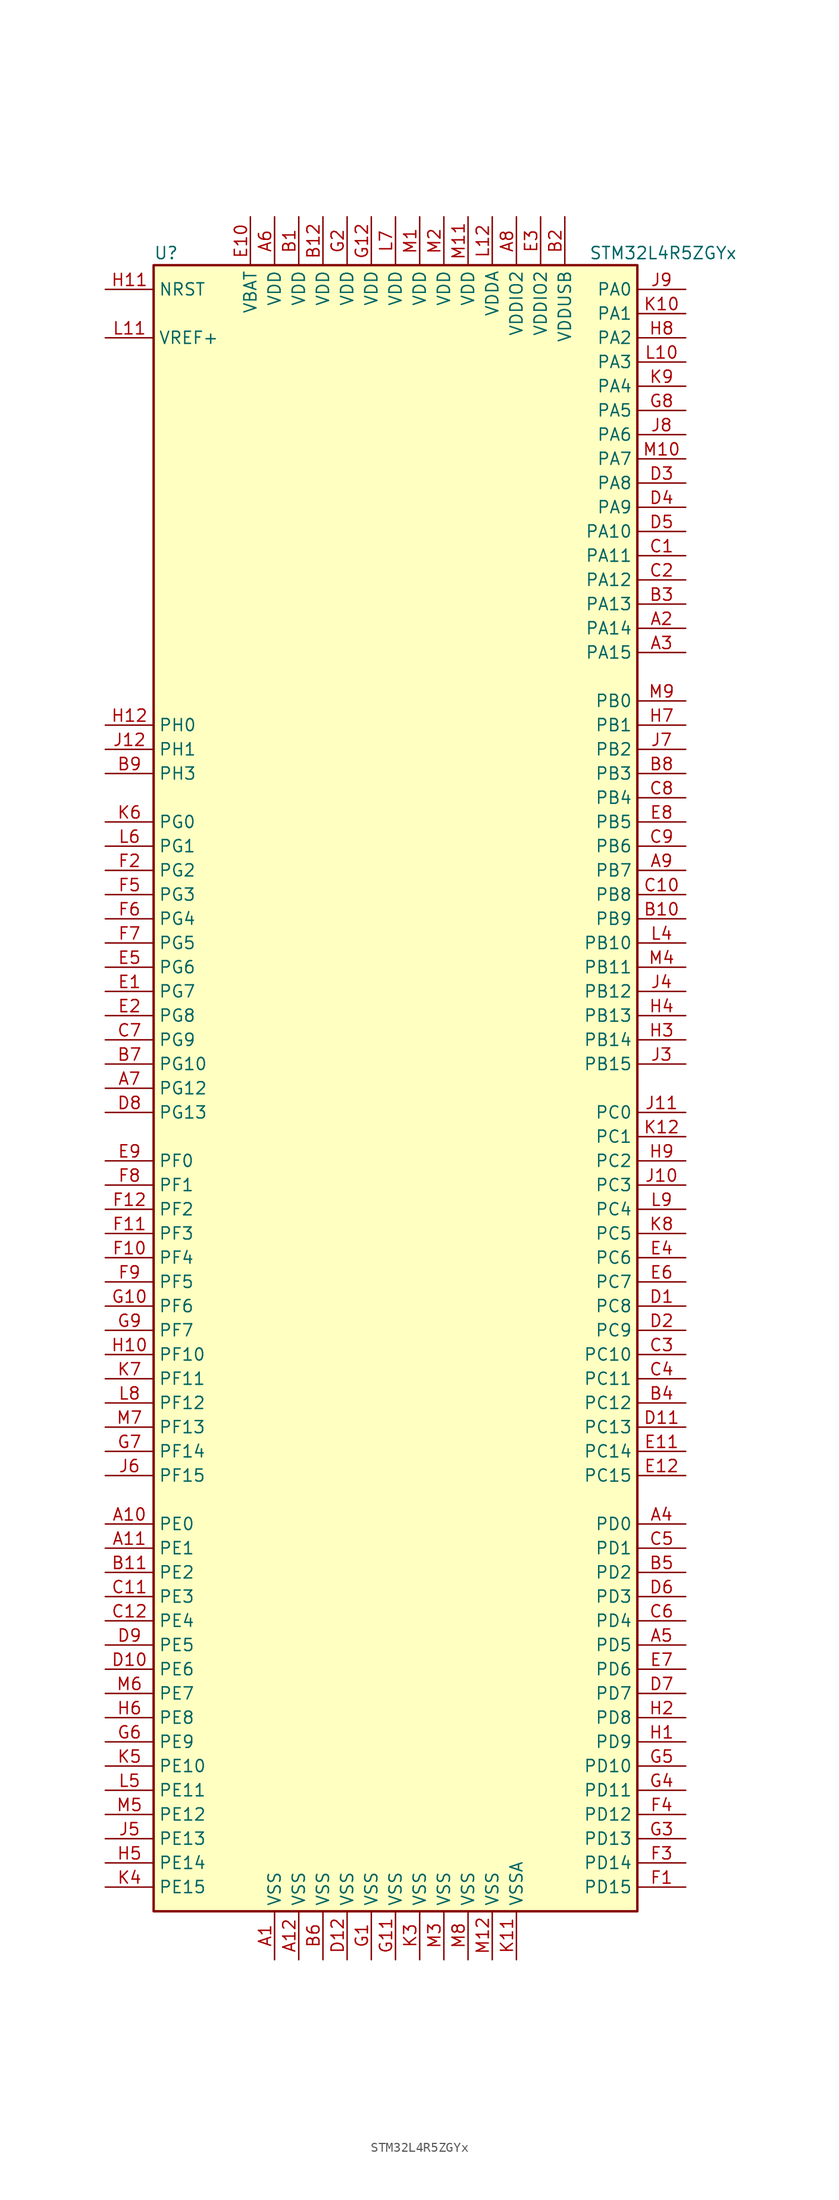
<source format=kicad_sym>
(kicad_symbol_lib
  (version 20201005)
  (generator kicad_symbol_editor)
  (symbol "MCU_ST_STM32L4+:STM32L4R5ZGYx"
    (property "Reference" "U"
      (at -25.4 87.63 0)
      (effects (font (size 1.27 1.27)) (justify left)))
    (property "Value" "STM32L4R5ZGYx"
      (at 20.32 87.63 0)
      (effects (font (size 1.27 1.27)) (justify left)))
    (symbol "STM32L4R5ZGYx_0_1"
      (rectangle (start -25.4 -86.36) (end 25.4 86.36) (stroke (width 0.254)) (fill (type background))))
    (symbol "STM32L4R5ZGYx_1_1"
      (pin no_connect line (at -25.4 -83.82 0) (length 5.08) hide (name "NC" (effects (font (size 1.27 1.27)))) (number "J1" (effects (font (size 1.27 1.27)))))
      (pin no_connect line (at -25.4 -81.28 0) (length 5.08) hide (name "NC" (effects (font (size 1.27 1.27)))) (number "J2" (effects (font (size 1.27 1.27)))))
      (pin no_connect line (at -25.4 -78.74 0) (length 5.08) hide (name "NC" (effects (font (size 1.27 1.27)))) (number "K1" (effects (font (size 1.27 1.27)))))
      (pin no_connect line (at -25.4 -76.2 0) (length 5.08) hide (name "NC" (effects (font (size 1.27 1.27)))) (number "K2" (effects (font (size 1.27 1.27)))))
      (pin no_connect line (at -25.4 -73.66 0) (length 5.08) hide (name "NC" (effects (font (size 1.27 1.27)))) (number "L1" (effects (font (size 1.27 1.27)))))
      (pin no_connect line (at -25.4 -71.12 0) (length 5.08) hide (name "NC" (effects (font (size 1.27 1.27)))) (number "L2" (effects (font (size 1.27 1.27)))))
      (pin no_connect line (at -25.4 -68.58 0) (length 5.08) hide (name "NC" (effects (font (size 1.27 1.27)))) (number "L3" (effects (font (size 1.27 1.27)))))
      (pin input line (at -30.48 83.82 0) (length 5.08) (name "NRST" (effects (font (size 1.27 1.27)))) (number "H11" (effects (font (size 1.27 1.27)))))
      (pin bidirectional line (at 30.48 83.82 180) (length 5.08) (name "PA0" (effects (font (size 1.27 1.27)))) (number "J9" (effects (font (size 1.27 1.27)))))
      (pin bidirectional line (at 30.48 81.28 180) (length 5.08) (name "PA1" (effects (font (size 1.27 1.27)))) (number "K10" (effects (font (size 1.27 1.27)))))
      (pin bidirectional line (at 30.48 58.42 180) (length 5.08) (name "PA10" (effects (font (size 1.27 1.27)))) (number "D5" (effects (font (size 1.27 1.27)))))
      (pin bidirectional line (at 30.48 55.88 180) (length 5.08) (name "PA11" (effects (font (size 1.27 1.27)))) (number "C1" (effects (font (size 1.27 1.27)))))
      (pin bidirectional line (at 30.48 53.34 180) (length 5.08) (name "PA12" (effects (font (size 1.27 1.27)))) (number "C2" (effects (font (size 1.27 1.27)))))
      (pin bidirectional line (at 30.48 50.8 180) (length 5.08) (name "PA13" (effects (font (size 1.27 1.27)))) (number "B3" (effects (font (size 1.27 1.27)))))
      (pin bidirectional line (at 30.48 48.26 180) (length 5.08) (name "PA14" (effects (font (size 1.27 1.27)))) (number "A2" (effects (font (size 1.27 1.27)))))
      (pin bidirectional line (at 30.48 45.72 180) (length 5.08) (name "PA15" (effects (font (size 1.27 1.27)))) (number "A3" (effects (font (size 1.27 1.27)))))
      (pin bidirectional line (at 30.48 78.74 180) (length 5.08) (name "PA2" (effects (font (size 1.27 1.27)))) (number "H8" (effects (font (size 1.27 1.27)))))
      (pin bidirectional line (at 30.48 76.2 180) (length 5.08) (name "PA3" (effects (font (size 1.27 1.27)))) (number "L10" (effects (font (size 1.27 1.27)))))
      (pin bidirectional line (at 30.48 73.66 180) (length 5.08) (name "PA4" (effects (font (size 1.27 1.27)))) (number "K9" (effects (font (size 1.27 1.27)))))
      (pin bidirectional line (at 30.48 71.12 180) (length 5.08) (name "PA5" (effects (font (size 1.27 1.27)))) (number "G8" (effects (font (size 1.27 1.27)))))
      (pin bidirectional line (at 30.48 68.58 180) (length 5.08) (name "PA6" (effects (font (size 1.27 1.27)))) (number "J8" (effects (font (size 1.27 1.27)))))
      (pin bidirectional line (at 30.48 66.04 180) (length 5.08) (name "PA7" (effects (font (size 1.27 1.27)))) (number "M10" (effects (font (size 1.27 1.27)))))
      (pin bidirectional line (at 30.48 63.5 180) (length 5.08) (name "PA8" (effects (font (size 1.27 1.27)))) (number "D3" (effects (font (size 1.27 1.27)))))
      (pin bidirectional line (at 30.48 60.96 180) (length 5.08) (name "PA9" (effects (font (size 1.27 1.27)))) (number "D4" (effects (font (size 1.27 1.27)))))
      (pin bidirectional line (at 30.48 40.64 180) (length 5.08) (name "PB0" (effects (font (size 1.27 1.27)))) (number "M9" (effects (font (size 1.27 1.27)))))
      (pin bidirectional line (at 30.48 38.1 180) (length 5.08) (name "PB1" (effects (font (size 1.27 1.27)))) (number "H7" (effects (font (size 1.27 1.27)))))
      (pin bidirectional line (at 30.48 15.24 180) (length 5.08) (name "PB10" (effects (font (size 1.27 1.27)))) (number "L4" (effects (font (size 1.27 1.27)))))
      (pin bidirectional line (at 30.48 12.7 180) (length 5.08) (name "PB11" (effects (font (size 1.27 1.27)))) (number "M4" (effects (font (size 1.27 1.27)))))
      (pin bidirectional line (at 30.48 10.16 180) (length 5.08) (name "PB12" (effects (font (size 1.27 1.27)))) (number "J4" (effects (font (size 1.27 1.27)))))
      (pin bidirectional line (at 30.48 7.62 180) (length 5.08) (name "PB13" (effects (font (size 1.27 1.27)))) (number "H4" (effects (font (size 1.27 1.27)))))
      (pin bidirectional line (at 30.48 5.08 180) (length 5.08) (name "PB14" (effects (font (size 1.27 1.27)))) (number "H3" (effects (font (size 1.27 1.27)))))
      (pin bidirectional line (at 30.48 2.54 180) (length 5.08) (name "PB15" (effects (font (size 1.27 1.27)))) (number "J3" (effects (font (size 1.27 1.27)))))
      (pin bidirectional line (at 30.48 35.56 180) (length 5.08) (name "PB2" (effects (font (size 1.27 1.27)))) (number "J7" (effects (font (size 1.27 1.27)))))
      (pin bidirectional line (at 30.48 33.02 180) (length 5.08) (name "PB3" (effects (font (size 1.27 1.27)))) (number "B8" (effects (font (size 1.27 1.27)))))
      (pin bidirectional line (at 30.48 30.48 180) (length 5.08) (name "PB4" (effects (font (size 1.27 1.27)))) (number "C8" (effects (font (size 1.27 1.27)))))
      (pin bidirectional line (at 30.48 27.94 180) (length 5.08) (name "PB5" (effects (font (size 1.27 1.27)))) (number "E8" (effects (font (size 1.27 1.27)))))
      (pin bidirectional line (at 30.48 25.4 180) (length 5.08) (name "PB6" (effects (font (size 1.27 1.27)))) (number "C9" (effects (font (size 1.27 1.27)))))
      (pin bidirectional line (at 30.48 22.86 180) (length 5.08) (name "PB7" (effects (font (size 1.27 1.27)))) (number "A9" (effects (font (size 1.27 1.27)))))
      (pin bidirectional line (at 30.48 20.32 180) (length 5.08) (name "PB8" (effects (font (size 1.27 1.27)))) (number "C10" (effects (font (size 1.27 1.27)))))
      (pin bidirectional line (at 30.48 17.78 180) (length 5.08) (name "PB9" (effects (font (size 1.27 1.27)))) (number "B10" (effects (font (size 1.27 1.27)))))
      (pin bidirectional line (at 30.48 -2.54 180) (length 5.08) (name "PC0" (effects (font (size 1.27 1.27)))) (number "J11" (effects (font (size 1.27 1.27)))))
      (pin bidirectional line (at 30.48 -5.08 180) (length 5.08) (name "PC1" (effects (font (size 1.27 1.27)))) (number "K12" (effects (font (size 1.27 1.27)))))
      (pin bidirectional line (at 30.48 -27.94 180) (length 5.08) (name "PC10" (effects (font (size 1.27 1.27)))) (number "C3" (effects (font (size 1.27 1.27)))))
      (pin bidirectional line (at 30.48 -30.48 180) (length 5.08) (name "PC11" (effects (font (size 1.27 1.27)))) (number "C4" (effects (font (size 1.27 1.27)))))
      (pin bidirectional line (at 30.48 -33.02 180) (length 5.08) (name "PC12" (effects (font (size 1.27 1.27)))) (number "B4" (effects (font (size 1.27 1.27)))))
      (pin bidirectional line (at 30.48 -35.56 180) (length 5.08) (name "PC13" (effects (font (size 1.27 1.27)))) (number "D11" (effects (font (size 1.27 1.27)))))
      (pin bidirectional line (at 30.48 -38.1 180) (length 5.08) (name "PC14" (effects (font (size 1.27 1.27)))) (number "E11" (effects (font (size 1.27 1.27)))))
      (pin bidirectional line (at 30.48 -40.64 180) (length 5.08) (name "PC15" (effects (font (size 1.27 1.27)))) (number "E12" (effects (font (size 1.27 1.27)))))
      (pin bidirectional line (at 30.48 -7.62 180) (length 5.08) (name "PC2" (effects (font (size 1.27 1.27)))) (number "H9" (effects (font (size 1.27 1.27)))))
      (pin bidirectional line (at 30.48 -10.16 180) (length 5.08) (name "PC3" (effects (font (size 1.27 1.27)))) (number "J10" (effects (font (size 1.27 1.27)))))
      (pin bidirectional line (at 30.48 -12.7 180) (length 5.08) (name "PC4" (effects (font (size 1.27 1.27)))) (number "L9" (effects (font (size 1.27 1.27)))))
      (pin bidirectional line (at 30.48 -15.24 180) (length 5.08) (name "PC5" (effects (font (size 1.27 1.27)))) (number "K8" (effects (font (size 1.27 1.27)))))
      (pin bidirectional line (at 30.48 -17.78 180) (length 5.08) (name "PC6" (effects (font (size 1.27 1.27)))) (number "E4" (effects (font (size 1.27 1.27)))))
      (pin bidirectional line (at 30.48 -20.32 180) (length 5.08) (name "PC7" (effects (font (size 1.27 1.27)))) (number "E6" (effects (font (size 1.27 1.27)))))
      (pin bidirectional line (at 30.48 -22.86 180) (length 5.08) (name "PC8" (effects (font (size 1.27 1.27)))) (number "D1" (effects (font (size 1.27 1.27)))))
      (pin bidirectional line (at 30.48 -25.4 180) (length 5.08) (name "PC9" (effects (font (size 1.27 1.27)))) (number "D2" (effects (font (size 1.27 1.27)))))
      (pin bidirectional line (at 30.48 -45.72 180) (length 5.08) (name "PD0" (effects (font (size 1.27 1.27)))) (number "A4" (effects (font (size 1.27 1.27)))))
      (pin bidirectional line (at 30.48 -48.26 180) (length 5.08) (name "PD1" (effects (font (size 1.27 1.27)))) (number "C5" (effects (font (size 1.27 1.27)))))
      (pin bidirectional line (at 30.48 -71.12 180) (length 5.08) (name "PD10" (effects (font (size 1.27 1.27)))) (number "G5" (effects (font (size 1.27 1.27)))))
      (pin bidirectional line (at 30.48 -73.66 180) (length 5.08) (name "PD11" (effects (font (size 1.27 1.27)))) (number "G4" (effects (font (size 1.27 1.27)))))
      (pin bidirectional line (at 30.48 -76.2 180) (length 5.08) (name "PD12" (effects (font (size 1.27 1.27)))) (number "F4" (effects (font (size 1.27 1.27)))))
      (pin bidirectional line (at 30.48 -78.74 180) (length 5.08) (name "PD13" (effects (font (size 1.27 1.27)))) (number "G3" (effects (font (size 1.27 1.27)))))
      (pin bidirectional line (at 30.48 -81.28 180) (length 5.08) (name "PD14" (effects (font (size 1.27 1.27)))) (number "F3" (effects (font (size 1.27 1.27)))))
      (pin bidirectional line (at 30.48 -83.82 180) (length 5.08) (name "PD15" (effects (font (size 1.27 1.27)))) (number "F1" (effects (font (size 1.27 1.27)))))
      (pin bidirectional line (at 30.48 -50.8 180) (length 5.08) (name "PD2" (effects (font (size 1.27 1.27)))) (number "B5" (effects (font (size 1.27 1.27)))))
      (pin bidirectional line (at 30.48 -53.34 180) (length 5.08) (name "PD3" (effects (font (size 1.27 1.27)))) (number "D6" (effects (font (size 1.27 1.27)))))
      (pin bidirectional line (at 30.48 -55.88 180) (length 5.08) (name "PD4" (effects (font (size 1.27 1.27)))) (number "C6" (effects (font (size 1.27 1.27)))))
      (pin bidirectional line (at 30.48 -58.42 180) (length 5.08) (name "PD5" (effects (font (size 1.27 1.27)))) (number "A5" (effects (font (size 1.27 1.27)))))
      (pin bidirectional line (at 30.48 -60.96 180) (length 5.08) (name "PD6" (effects (font (size 1.27 1.27)))) (number "E7" (effects (font (size 1.27 1.27)))))
      (pin bidirectional line (at 30.48 -63.5 180) (length 5.08) (name "PD7" (effects (font (size 1.27 1.27)))) (number "D7" (effects (font (size 1.27 1.27)))))
      (pin bidirectional line (at 30.48 -66.04 180) (length 5.08) (name "PD8" (effects (font (size 1.27 1.27)))) (number "H2" (effects (font (size 1.27 1.27)))))
      (pin bidirectional line (at 30.48 -68.58 180) (length 5.08) (name "PD9" (effects (font (size 1.27 1.27)))) (number "H1" (effects (font (size 1.27 1.27)))))
      (pin bidirectional line (at -30.48 -45.72 0) (length 5.08) (name "PE0" (effects (font (size 1.27 1.27)))) (number "A10" (effects (font (size 1.27 1.27)))))
      (pin bidirectional line (at -30.48 -48.26 0) (length 5.08) (name "PE1" (effects (font (size 1.27 1.27)))) (number "A11" (effects (font (size 1.27 1.27)))))
      (pin bidirectional line (at -30.48 -71.12 0) (length 5.08) (name "PE10" (effects (font (size 1.27 1.27)))) (number "K5" (effects (font (size 1.27 1.27)))))
      (pin bidirectional line (at -30.48 -73.66 0) (length 5.08) (name "PE11" (effects (font (size 1.27 1.27)))) (number "L5" (effects (font (size 1.27 1.27)))))
      (pin bidirectional line (at -30.48 -76.2 0) (length 5.08) (name "PE12" (effects (font (size 1.27 1.27)))) (number "M5" (effects (font (size 1.27 1.27)))))
      (pin bidirectional line (at -30.48 -78.74 0) (length 5.08) (name "PE13" (effects (font (size 1.27 1.27)))) (number "J5" (effects (font (size 1.27 1.27)))))
      (pin bidirectional line (at -30.48 -81.28 0) (length 5.08) (name "PE14" (effects (font (size 1.27 1.27)))) (number "H5" (effects (font (size 1.27 1.27)))))
      (pin bidirectional line (at -30.48 -83.82 0) (length 5.08) (name "PE15" (effects (font (size 1.27 1.27)))) (number "K4" (effects (font (size 1.27 1.27)))))
      (pin bidirectional line (at -30.48 -50.8 0) (length 5.08) (name "PE2" (effects (font (size 1.27 1.27)))) (number "B11" (effects (font (size 1.27 1.27)))))
      (pin bidirectional line (at -30.48 -53.34 0) (length 5.08) (name "PE3" (effects (font (size 1.27 1.27)))) (number "C11" (effects (font (size 1.27 1.27)))))
      (pin bidirectional line (at -30.48 -55.88 0) (length 5.08) (name "PE4" (effects (font (size 1.27 1.27)))) (number "C12" (effects (font (size 1.27 1.27)))))
      (pin bidirectional line (at -30.48 -58.42 0) (length 5.08) (name "PE5" (effects (font (size 1.27 1.27)))) (number "D9" (effects (font (size 1.27 1.27)))))
      (pin bidirectional line (at -30.48 -60.96 0) (length 5.08) (name "PE6" (effects (font (size 1.27 1.27)))) (number "D10" (effects (font (size 1.27 1.27)))))
      (pin bidirectional line (at -30.48 -63.5 0) (length 5.08) (name "PE7" (effects (font (size 1.27 1.27)))) (number "M6" (effects (font (size 1.27 1.27)))))
      (pin bidirectional line (at -30.48 -66.04 0) (length 5.08) (name "PE8" (effects (font (size 1.27 1.27)))) (number "H6" (effects (font (size 1.27 1.27)))))
      (pin bidirectional line (at -30.48 -68.58 0) (length 5.08) (name "PE9" (effects (font (size 1.27 1.27)))) (number "G6" (effects (font (size 1.27 1.27)))))
      (pin bidirectional line (at -30.48 -7.62 0) (length 5.08) (name "PF0" (effects (font (size 1.27 1.27)))) (number "E9" (effects (font (size 1.27 1.27)))))
      (pin bidirectional line (at -30.48 -10.16 0) (length 5.08) (name "PF1" (effects (font (size 1.27 1.27)))) (number "F8" (effects (font (size 1.27 1.27)))))
      (pin bidirectional line (at -30.48 -27.94 0) (length 5.08) (name "PF10" (effects (font (size 1.27 1.27)))) (number "H10" (effects (font (size 1.27 1.27)))))
      (pin bidirectional line (at -30.48 -30.48 0) (length 5.08) (name "PF11" (effects (font (size 1.27 1.27)))) (number "K7" (effects (font (size 1.27 1.27)))))
      (pin bidirectional line (at -30.48 -33.02 0) (length 5.08) (name "PF12" (effects (font (size 1.27 1.27)))) (number "L8" (effects (font (size 1.27 1.27)))))
      (pin bidirectional line (at -30.48 -35.56 0) (length 5.08) (name "PF13" (effects (font (size 1.27 1.27)))) (number "M7" (effects (font (size 1.27 1.27)))))
      (pin bidirectional line (at -30.48 -38.1 0) (length 5.08) (name "PF14" (effects (font (size 1.27 1.27)))) (number "G7" (effects (font (size 1.27 1.27)))))
      (pin bidirectional line (at -30.48 -40.64 0) (length 5.08) (name "PF15" (effects (font (size 1.27 1.27)))) (number "J6" (effects (font (size 1.27 1.27)))))
      (pin bidirectional line (at -30.48 -12.7 0) (length 5.08) (name "PF2" (effects (font (size 1.27 1.27)))) (number "F12" (effects (font (size 1.27 1.27)))))
      (pin bidirectional line (at -30.48 -15.24 0) (length 5.08) (name "PF3" (effects (font (size 1.27 1.27)))) (number "F11" (effects (font (size 1.27 1.27)))))
      (pin bidirectional line (at -30.48 -17.78 0) (length 5.08) (name "PF4" (effects (font (size 1.27 1.27)))) (number "F10" (effects (font (size 1.27 1.27)))))
      (pin bidirectional line (at -30.48 -20.32 0) (length 5.08) (name "PF5" (effects (font (size 1.27 1.27)))) (number "F9" (effects (font (size 1.27 1.27)))))
      (pin bidirectional line (at -30.48 -22.86 0) (length 5.08) (name "PF6" (effects (font (size 1.27 1.27)))) (number "G10" (effects (font (size 1.27 1.27)))))
      (pin bidirectional line (at -30.48 -25.4 0) (length 5.08) (name "PF7" (effects (font (size 1.27 1.27)))) (number "G9" (effects (font (size 1.27 1.27)))))
      (pin bidirectional line (at -30.48 27.94 0) (length 5.08) (name "PG0" (effects (font (size 1.27 1.27)))) (number "K6" (effects (font (size 1.27 1.27)))))
      (pin bidirectional line (at -30.48 25.4 0) (length 5.08) (name "PG1" (effects (font (size 1.27 1.27)))) (number "L6" (effects (font (size 1.27 1.27)))))
      (pin bidirectional line (at -30.48 2.54 0) (length 5.08) (name "PG10" (effects (font (size 1.27 1.27)))) (number "B7" (effects (font (size 1.27 1.27)))))
      (pin bidirectional line (at -30.48 0 0) (length 5.08) (name "PG12" (effects (font (size 1.27 1.27)))) (number "A7" (effects (font (size 1.27 1.27)))))
      (pin bidirectional line (at -30.48 -2.54 0) (length 5.08) (name "PG13" (effects (font (size 1.27 1.27)))) (number "D8" (effects (font (size 1.27 1.27)))))
      (pin bidirectional line (at -30.48 22.86 0) (length 5.08) (name "PG2" (effects (font (size 1.27 1.27)))) (number "F2" (effects (font (size 1.27 1.27)))))
      (pin bidirectional line (at -30.48 20.32 0) (length 5.08) (name "PG3" (effects (font (size 1.27 1.27)))) (number "F5" (effects (font (size 1.27 1.27)))))
      (pin bidirectional line (at -30.48 17.78 0) (length 5.08) (name "PG4" (effects (font (size 1.27 1.27)))) (number "F6" (effects (font (size 1.27 1.27)))))
      (pin bidirectional line (at -30.48 15.24 0) (length 5.08) (name "PG5" (effects (font (size 1.27 1.27)))) (number "F7" (effects (font (size 1.27 1.27)))))
      (pin bidirectional line (at -30.48 12.7 0) (length 5.08) (name "PG6" (effects (font (size 1.27 1.27)))) (number "E5" (effects (font (size 1.27 1.27)))))
      (pin bidirectional line (at -30.48 10.16 0) (length 5.08) (name "PG7" (effects (font (size 1.27 1.27)))) (number "E1" (effects (font (size 1.27 1.27)))))
      (pin bidirectional line (at -30.48 7.62 0) (length 5.08) (name "PG8" (effects (font (size 1.27 1.27)))) (number "E2" (effects (font (size 1.27 1.27)))))
      (pin bidirectional line (at -30.48 5.08 0) (length 5.08) (name "PG9" (effects (font (size 1.27 1.27)))) (number "C7" (effects (font (size 1.27 1.27)))))
      (pin input line (at -30.48 38.1 0) (length 5.08) (name "PH0" (effects (font (size 1.27 1.27)))) (number "H12" (effects (font (size 1.27 1.27)))))
      (pin input line (at -30.48 35.56 0) (length 5.08) (name "PH1" (effects (font (size 1.27 1.27)))) (number "J12" (effects (font (size 1.27 1.27)))))
      (pin bidirectional line (at -30.48 33.02 0) (length 5.08) (name "PH3" (effects (font (size 1.27 1.27)))) (number "B9" (effects (font (size 1.27 1.27)))))
      (pin power_in line (at -15.24 91.44 270) (length 5.08) (name "VBAT" (effects (font (size 1.27 1.27)))) (number "E10" (effects (font (size 1.27 1.27)))))
      (pin power_in line (at -12.7 91.44 270) (length 5.08) (name "VDD" (effects (font (size 1.27 1.27)))) (number "A6" (effects (font (size 1.27 1.27)))))
      (pin power_in line (at -10.16 91.44 270) (length 5.08) (name "VDD" (effects (font (size 1.27 1.27)))) (number "B1" (effects (font (size 1.27 1.27)))))
      (pin power_in line (at -7.62 91.44 270) (length 5.08) (name "VDD" (effects (font (size 1.27 1.27)))) (number "B12" (effects (font (size 1.27 1.27)))))
      (pin power_in line (at -2.54 91.44 270) (length 5.08) (name "VDD" (effects (font (size 1.27 1.27)))) (number "G12" (effects (font (size 1.27 1.27)))))
      (pin power_in line (at -5.08 91.44 270) (length 5.08) (name "VDD" (effects (font (size 1.27 1.27)))) (number "G2" (effects (font (size 1.27 1.27)))))
      (pin power_in line (at 0 91.44 270) (length 5.08) (name "VDD" (effects (font (size 1.27 1.27)))) (number "L7" (effects (font (size 1.27 1.27)))))
      (pin power_in line (at 2.54 91.44 270) (length 5.08) (name "VDD" (effects (font (size 1.27 1.27)))) (number "M1" (effects (font (size 1.27 1.27)))))
      (pin power_in line (at 7.62 91.44 270) (length 5.08) (name "VDD" (effects (font (size 1.27 1.27)))) (number "M11" (effects (font (size 1.27 1.27)))))
      (pin power_in line (at 5.08 91.44 270) (length 5.08) (name "VDD" (effects (font (size 1.27 1.27)))) (number "M2" (effects (font (size 1.27 1.27)))))
      (pin power_in line (at 10.16 91.44 270) (length 5.08) (name "VDDA" (effects (font (size 1.27 1.27)))) (number "L12" (effects (font (size 1.27 1.27)))))
      (pin power_in line (at 12.7 91.44 270) (length 5.08) (name "VDDIO2" (effects (font (size 1.27 1.27)))) (number "A8" (effects (font (size 1.27 1.27)))))
      (pin power_in line (at 15.24 91.44 270) (length 5.08) (name "VDDIO2" (effects (font (size 1.27 1.27)))) (number "E3" (effects (font (size 1.27 1.27)))))
      (pin power_in line (at 17.78 91.44 270) (length 5.08) (name "VDDUSB" (effects (font (size 1.27 1.27)))) (number "B2" (effects (font (size 1.27 1.27)))))
      (pin bidirectional line (at -30.48 78.74 0) (length 5.08) (name "VREF+" (effects (font (size 1.27 1.27)))) (number "L11" (effects (font (size 1.27 1.27)))))
      (pin power_in line (at -12.7 -91.44 90) (length 5.08) (name "VSS" (effects (font (size 1.27 1.27)))) (number "A1" (effects (font (size 1.27 1.27)))))
      (pin power_in line (at -10.16 -91.44 90) (length 5.08) (name "VSS" (effects (font (size 1.27 1.27)))) (number "A12" (effects (font (size 1.27 1.27)))))
      (pin power_in line (at -7.62 -91.44 90) (length 5.08) (name "VSS" (effects (font (size 1.27 1.27)))) (number "B6" (effects (font (size 1.27 1.27)))))
      (pin power_in line (at -5.08 -91.44 90) (length 5.08) (name "VSS" (effects (font (size 1.27 1.27)))) (number "D12" (effects (font (size 1.27 1.27)))))
      (pin power_in line (at -2.54 -91.44 90) (length 5.08) (name "VSS" (effects (font (size 1.27 1.27)))) (number "G1" (effects (font (size 1.27 1.27)))))
      (pin power_in line (at 0 -91.44 90) (length 5.08) (name "VSS" (effects (font (size 1.27 1.27)))) (number "G11" (effects (font (size 1.27 1.27)))))
      (pin power_in line (at 2.54 -91.44 90) (length 5.08) (name "VSS" (effects (font (size 1.27 1.27)))) (number "K3" (effects (font (size 1.27 1.27)))))
      (pin power_in line (at 10.16 -91.44 90) (length 5.08) (name "VSS" (effects (font (size 1.27 1.27)))) (number "M12" (effects (font (size 1.27 1.27)))))
      (pin power_in line (at 5.08 -91.44 90) (length 5.08) (name "VSS" (effects (font (size 1.27 1.27)))) (number "M3" (effects (font (size 1.27 1.27)))))
      (pin power_in line (at 7.62 -91.44 90) (length 5.08) (name "VSS" (effects (font (size 1.27 1.27)))) (number "M8" (effects (font (size 1.27 1.27)))))
      (pin power_in line (at 12.7 -91.44 90) (length 5.08) (name "VSSA" (effects (font (size 1.27 1.27)))) (number "K11" (effects (font (size 1.27 1.27))))))))
</source>
